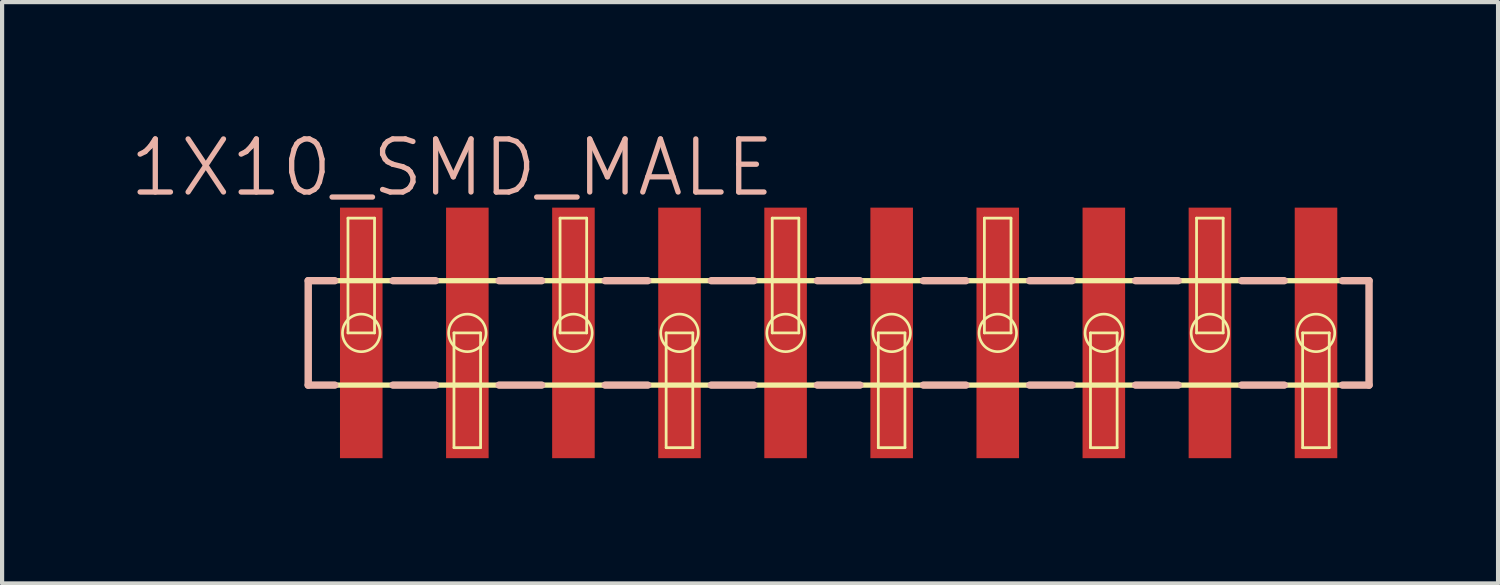
<source format=kicad_pcb>
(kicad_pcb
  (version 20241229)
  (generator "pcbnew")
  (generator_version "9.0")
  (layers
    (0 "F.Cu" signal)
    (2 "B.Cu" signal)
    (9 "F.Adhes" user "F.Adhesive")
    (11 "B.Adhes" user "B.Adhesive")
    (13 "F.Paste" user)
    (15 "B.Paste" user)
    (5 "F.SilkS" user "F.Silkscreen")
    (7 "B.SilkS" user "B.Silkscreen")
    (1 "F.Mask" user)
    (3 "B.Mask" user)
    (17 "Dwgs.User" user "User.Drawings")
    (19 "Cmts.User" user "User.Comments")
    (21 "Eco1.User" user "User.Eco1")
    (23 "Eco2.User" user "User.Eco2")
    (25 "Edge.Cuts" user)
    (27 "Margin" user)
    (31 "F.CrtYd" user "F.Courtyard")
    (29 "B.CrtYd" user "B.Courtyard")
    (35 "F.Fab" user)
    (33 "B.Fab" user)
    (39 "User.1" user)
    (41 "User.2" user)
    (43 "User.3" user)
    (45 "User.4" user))
  (footprint "1X10_SMD_MALE"
    (layer "F.Cu")
    (at 5.6 4.921)
    (property "Reference" "1X10_SMD_MALE" (at 2.174 -3.955 0) (layer "B.SilkS") (effects (font (size 1.27 1.27) (thickness 0.127))))
    (attr smd)
    (fp_line (start -1.27 -1.25) (end -1.27 1.25) (stroke (width 0.127) (type solid)) (layer "F.SilkS"))
    (fp_line (start -1.27 1.25) (end 24.13 1.25) (stroke (width 0.127) (type solid)) (layer "F.SilkS"))
    (fp_line (start -0.318 -2.748) (end 0.318 -2.748) (stroke (width 0.066) (type solid)) (layer "F.SilkS"))
    (fp_line (start -0.318 0) (end -0.318 -2.748) (stroke (width 0.066) (type solid)) (layer "F.SilkS"))
    (fp_line (start -0.318 0) (end 0.318 0) (stroke (width 0.066) (type solid)) (layer "F.SilkS"))
    (fp_line (start 0.318 0) (end 0.318 -2.748) (stroke (width 0.066) (type solid)) (layer "F.SilkS"))
    (fp_line (start 2.22 0) (end 2.857 0) (stroke (width 0.066) (type solid)) (layer "F.SilkS"))
    (fp_line (start 2.22 2.748) (end 2.22 0) (stroke (width 0.066) (type solid)) (layer "F.SilkS"))
    (fp_line (start 2.22 2.748) (end 2.857 2.748) (stroke (width 0.066) (type solid)) (layer "F.SilkS"))
    (fp_line (start 2.857 2.748) (end 2.857 0) (stroke (width 0.066) (type solid)) (layer "F.SilkS"))
    (fp_line (start 4.76 -2.748) (end 5.397 -2.748) (stroke (width 0.066) (type solid)) (layer "F.SilkS"))
    (fp_line (start 4.76 0) (end 4.76 -2.748) (stroke (width 0.066) (type solid)) (layer "F.SilkS"))
    (fp_line (start 4.76 0) (end 5.397 0) (stroke (width 0.066) (type solid)) (layer "F.SilkS"))
    (fp_line (start 5.397 0) (end 5.397 -2.748) (stroke (width 0.066) (type solid)) (layer "F.SilkS"))
    (fp_line (start 7.3 0) (end 7.938 0) (stroke (width 0.066) (type solid)) (layer "F.SilkS"))
    (fp_line (start 7.3 2.748) (end 7.3 0) (stroke (width 0.066) (type solid)) (layer "F.SilkS"))
    (fp_line (start 7.3 2.748) (end 7.938 2.748) (stroke (width 0.066) (type solid)) (layer "F.SilkS"))
    (fp_line (start 7.938 2.748) (end 7.938 0) (stroke (width 0.066) (type solid)) (layer "F.SilkS"))
    (fp_line (start 9.84 -2.748) (end 10.477 -2.748) (stroke (width 0.066) (type solid)) (layer "F.SilkS"))
    (fp_line (start 9.84 0) (end 9.84 -2.748) (stroke (width 0.066) (type solid)) (layer "F.SilkS"))
    (fp_line (start 9.84 0) (end 10.477 0) (stroke (width 0.066) (type solid)) (layer "F.SilkS"))
    (fp_line (start 10.477 0) (end 10.477 -2.748) (stroke (width 0.066) (type solid)) (layer "F.SilkS"))
    (fp_line (start 12.38 0) (end 13.018 0) (stroke (width 0.066) (type solid)) (layer "F.SilkS"))
    (fp_line (start 12.38 2.748) (end 12.38 0) (stroke (width 0.066) (type solid)) (layer "F.SilkS"))
    (fp_line (start 12.38 2.748) (end 13.018 2.748) (stroke (width 0.066) (type solid)) (layer "F.SilkS"))
    (fp_line (start 13.018 2.748) (end 13.018 0) (stroke (width 0.066) (type solid)) (layer "F.SilkS"))
    (fp_line (start 14.92 -2.748) (end 15.557 -2.748) (stroke (width 0.066) (type solid)) (layer "F.SilkS"))
    (fp_line (start 14.92 0) (end 14.92 -2.748) (stroke (width 0.066) (type solid)) (layer "F.SilkS"))
    (fp_line (start 14.92 0) (end 15.557 0) (stroke (width 0.066) (type solid)) (layer "F.SilkS"))
    (fp_line (start 15.557 0) (end 15.557 -2.748) (stroke (width 0.066) (type solid)) (layer "F.SilkS"))
    (fp_line (start 17.46 0) (end 18.098 0) (stroke (width 0.066) (type solid)) (layer "F.SilkS"))
    (fp_line (start 17.46 2.748) (end 17.46 0) (stroke (width 0.066) (type solid)) (layer "F.SilkS"))
    (fp_line (start 17.46 2.748) (end 18.098 2.748) (stroke (width 0.066) (type solid)) (layer "F.SilkS"))
    (fp_line (start 18.098 2.748) (end 18.098 0) (stroke (width 0.066) (type solid)) (layer "F.SilkS"))
    (fp_line (start 20 -2.748) (end 20.637 -2.748) (stroke (width 0.066) (type solid)) (layer "F.SilkS"))
    (fp_line (start 20 0) (end 20 -2.748) (stroke (width 0.066) (type solid)) (layer "F.SilkS"))
    (fp_line (start 20 0) (end 20.637 0) (stroke (width 0.066) (type solid)) (layer "F.SilkS"))
    (fp_line (start 20.637 0) (end 20.637 -2.748) (stroke (width 0.066) (type solid)) (layer "F.SilkS"))
    (fp_line (start 22.54 0) (end 23.177 0) (stroke (width 0.066) (type solid)) (layer "F.SilkS"))
    (fp_line (start 22.54 2.748) (end 22.54 0) (stroke (width 0.066) (type solid)) (layer "F.SilkS"))
    (fp_line (start 22.54 2.748) (end 23.177 2.748) (stroke (width 0.066) (type solid)) (layer "F.SilkS"))
    (fp_line (start 23.177 2.748) (end 23.177 0) (stroke (width 0.066) (type solid)) (layer "F.SilkS"))
    (fp_line (start 24.13 -1.25) (end -1.27 -1.25) (stroke (width 0.127) (type solid)) (layer "F.SilkS"))
    (fp_line (start 24.13 1.25) (end 24.13 -1.25) (stroke (width 0.127) (type solid)) (layer "F.SilkS"))
    (fp_circle (center 0 0) (end -0.318 0.318) (stroke (width 0.064) (type solid)) (fill no) (layer "F.SilkS"))
    (fp_circle (center 2.54 0) (end 2.857 0.318) (stroke (width 0.064) (type solid)) (fill no) (layer "F.SilkS"))
    (fp_circle (center 5.08 0) (end 5.397 0.318) (stroke (width 0.064) (type solid)) (fill no) (layer "F.SilkS"))
    (fp_circle (center 7.62 0) (end 7.938 0.318) (stroke (width 0.064) (type solid)) (fill no) (layer "F.SilkS"))
    (fp_circle (center 10.16 0) (end 10.477 0.318) (stroke (width 0.064) (type solid)) (fill no) (layer "F.SilkS"))
    (fp_circle (center 12.7 0) (end 13.018 0.318) (stroke (width 0.064) (type solid)) (fill no) (layer "F.SilkS"))
    (fp_circle (center 15.24 0) (end 15.557 0.318) (stroke (width 0.064) (type solid)) (fill no) (layer "F.SilkS"))
    (fp_circle (center 17.78 0) (end 18.098 0.318) (stroke (width 0.064) (type solid)) (fill no) (layer "F.SilkS"))
    (fp_circle (center 20.32 0) (end 20.637 0.318) (stroke (width 0.064) (type solid)) (fill no) (layer "F.SilkS"))
    (fp_circle (center 22.86 0) (end 23.177 0.318) (stroke (width 0.064) (type solid)) (fill no) (layer "F.SilkS"))
    (fp_line (start -1.27 -1.25) (end -1.27 1.25) (stroke (width 0.178) (type solid)) (layer "B.SilkS"))
    (fp_line (start -1.27 -1.25) (end -0.635 -1.25) (stroke (width 0.178) (type solid)) (layer "B.SilkS"))
    (fp_line (start -1.27 1.25) (end -0.635 1.25) (stroke (width 0.178) (type solid)) (layer "B.SilkS"))
    (fp_line (start 0.762 -1.25) (end 1.778 -1.25) (stroke (width 0.178) (type solid)) (layer "B.SilkS"))
    (fp_line (start 1.778 1.25) (end 0.762 1.25) (stroke (width 0.178) (type solid)) (layer "B.SilkS"))
    (fp_line (start 3.302 -1.25) (end 4.318 -1.25) (stroke (width 0.178) (type solid)) (layer "B.SilkS"))
    (fp_line (start 4.318 1.25) (end 3.302 1.25) (stroke (width 0.178) (type solid)) (layer "B.SilkS"))
    (fp_line (start 5.842 -1.25) (end 6.858 -1.25) (stroke (width 0.178) (type solid)) (layer "B.SilkS"))
    (fp_line (start 6.858 1.25) (end 5.842 1.25) (stroke (width 0.178) (type solid)) (layer "B.SilkS"))
    (fp_line (start 8.382 -1.25) (end 9.398 -1.25) (stroke (width 0.178) (type solid)) (layer "B.SilkS"))
    (fp_line (start 9.398 1.25) (end 8.382 1.25) (stroke (width 0.178) (type solid)) (layer "B.SilkS"))
    (fp_line (start 10.922 -1.25) (end 11.938 -1.25) (stroke (width 0.178) (type solid)) (layer "B.SilkS"))
    (fp_line (start 11.938 1.25) (end 10.922 1.25) (stroke (width 0.178) (type solid)) (layer "B.SilkS"))
    (fp_line (start 13.462 -1.25) (end 14.475 -1.25) (stroke (width 0.178) (type solid)) (layer "B.SilkS"))
    (fp_line (start 14.475 1.25) (end 13.462 1.25) (stroke (width 0.178) (type solid)) (layer "B.SilkS"))
    (fp_line (start 16.002 -1.25) (end 17.018 -1.25) (stroke (width 0.178) (type solid)) (layer "B.SilkS"))
    (fp_line (start 17.018 1.25) (end 16.002 1.25) (stroke (width 0.178) (type solid)) (layer "B.SilkS"))
    (fp_line (start 18.542 -1.25) (end 19.558 -1.25) (stroke (width 0.178) (type solid)) (layer "B.SilkS"))
    (fp_line (start 19.558 1.25) (end 18.542 1.25) (stroke (width 0.178) (type solid)) (layer "B.SilkS"))
    (fp_line (start 21.082 -1.25) (end 22.098 -1.25) (stroke (width 0.178) (type solid)) (layer "B.SilkS"))
    (fp_line (start 22.098 1.25) (end 21.082 1.25) (stroke (width 0.178) (type solid)) (layer "B.SilkS"))
    (fp_line (start 24.13 -1.25) (end 23.495 -1.25) (stroke (width 0.178) (type solid)) (layer "B.SilkS"))
    (fp_line (start 24.13 1.25) (end 23.495 1.25) (stroke (width 0.178) (type solid)) (layer "B.SilkS"))
    (fp_line (start 24.13 1.25) (end 24.13 -1.25) (stroke (width 0.178) (type solid)) (layer "B.SilkS"))
    (pad "1" smd rect (at 0 0) (size 1.019 5.999) (layers "F.Cu" "F.Mask" "F.Paste"))
    (pad "2" smd rect (at 2.54 0) (size 1.019 5.999) (layers "F.Cu" "F.Mask" "F.Paste"))
    (pad "3" smd rect (at 5.08 0) (size 1.019 5.999) (layers "F.Cu" "F.Mask" "F.Paste"))
    (pad "4" smd rect (at 7.62 0) (size 1.019 5.999) (layers "F.Cu" "F.Mask" "F.Paste"))
    (pad "5" smd rect (at 10.16 0) (size 1.019 5.999) (layers "F.Cu" "F.Mask" "F.Paste"))
    (pad "6" smd rect (at 12.7 0) (size 1.019 5.999) (layers "F.Cu" "F.Mask" "F.Paste"))
    (pad "7" smd rect (at 15.24 0) (size 1.019 5.999) (layers "F.Cu" "F.Mask" "F.Paste"))
    (pad "8" smd rect (at 17.78 0) (size 1.019 5.999) (layers "F.Cu" "F.Mask" "F.Paste"))
    (pad "9" smd rect (at 20.32 0) (size 1.019 5.999) (layers "F.Cu" "F.Mask" "F.Paste"))
    (pad "10" smd rect (at 22.86 0) (size 1.019 5.999) (layers "F.Cu" "F.Mask" "F.Paste")))
  (gr_rect
    (start -3 -3)
    (end 32.819 10.92)
    (stroke (width 0.1) (type default))
    (fill no)
    (layer "Edge.Cuts")))
</source>
